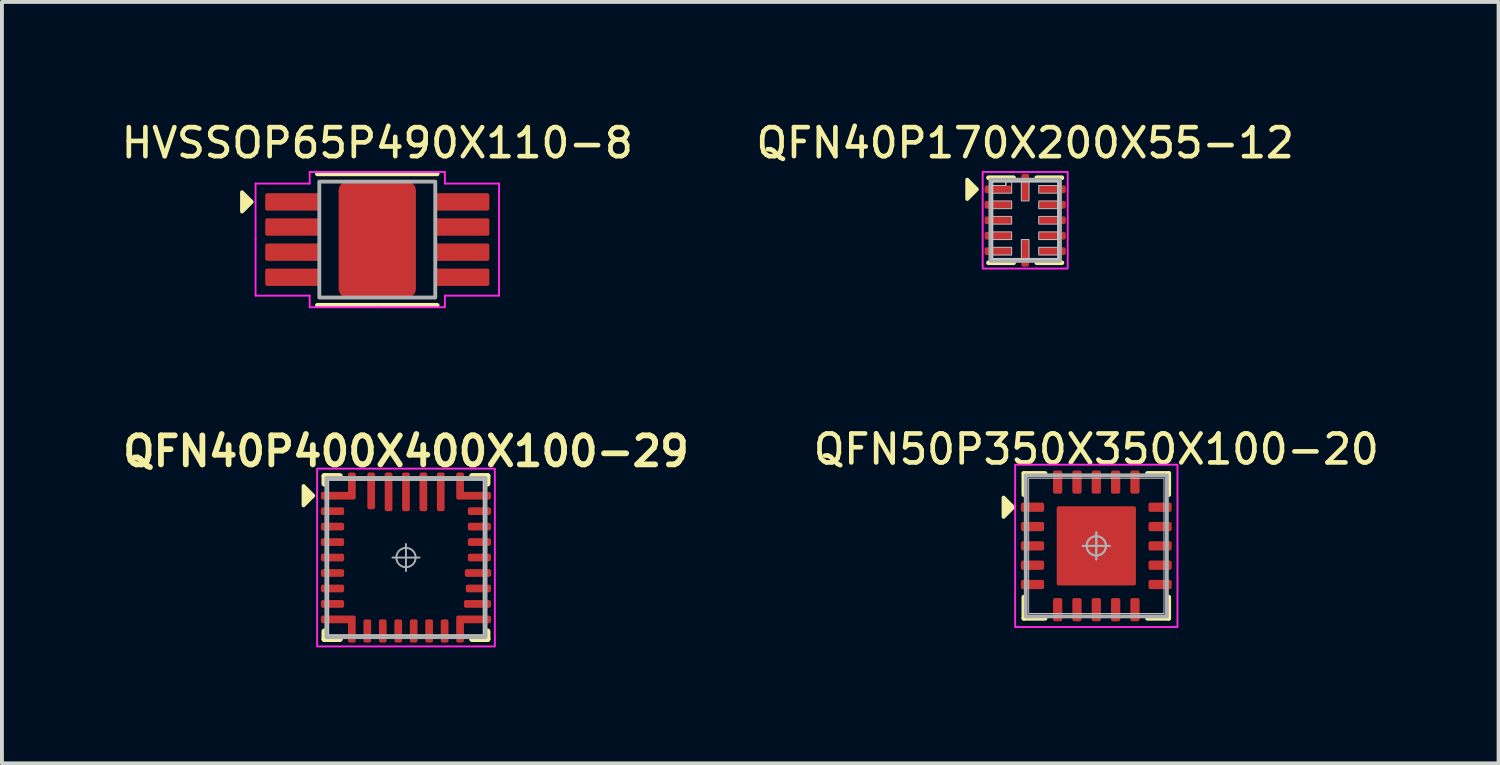
<source format=kicad_pcb>
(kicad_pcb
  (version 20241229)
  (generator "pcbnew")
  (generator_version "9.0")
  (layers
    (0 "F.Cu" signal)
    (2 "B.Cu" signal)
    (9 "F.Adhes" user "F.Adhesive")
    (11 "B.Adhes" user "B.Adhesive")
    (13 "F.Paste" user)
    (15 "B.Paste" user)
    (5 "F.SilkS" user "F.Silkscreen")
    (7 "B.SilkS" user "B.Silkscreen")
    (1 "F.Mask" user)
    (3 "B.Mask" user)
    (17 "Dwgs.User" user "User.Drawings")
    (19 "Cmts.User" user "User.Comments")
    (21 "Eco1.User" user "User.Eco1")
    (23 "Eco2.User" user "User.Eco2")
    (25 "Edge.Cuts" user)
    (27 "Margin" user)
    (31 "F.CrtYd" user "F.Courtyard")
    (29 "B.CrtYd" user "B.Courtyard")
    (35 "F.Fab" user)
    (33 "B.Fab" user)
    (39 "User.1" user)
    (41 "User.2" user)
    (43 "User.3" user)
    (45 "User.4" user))
  (footprint "QFN40P170X200X55-12"
    (layer "F.Cu")
    (at 23.476 2.649)
    (property "Reference" "QFN40P170X200X55-12" (at 0 -2 0) (unlocked yes) (layer "F.SilkS") (effects (font (size 0.75 0.75) (thickness 0.12))))
    (attr smd)
    (fp_line (start -0.3 -1.1) (end -0.95 -1.1) (stroke (width 0.12) (type default)) (layer "F.SilkS"))
    (fp_line (start -0.3 1.1) (end -0.95 1.1) (stroke (width 0.12) (type default)) (layer "F.SilkS"))
    (fp_line (start 0.95 -1.1) (end 0.3 -1.1) (stroke (width 0.12) (type default)) (layer "F.SilkS"))
    (fp_line (start 0.95 1.1) (end 0.3 1.1) (stroke (width 0.12) (type default)) (layer "F.SilkS"))
    (fp_poly (pts (xy -1.25 -0.8) (xy -1.5 -0.55) (xy -1.5 -1.05)) (stroke (width 0.1) (type solid)) (fill yes) (layer "F.SilkS"))
    (fp_line (start -0.5 -0.9) (end -0.5 -1) (stroke (width 0.025) (type default)) (layer "Dwgs.User"))
    (fp_rect (start -0.85 -1) (end 0.85 1) (stroke (width 0.05) (type default)) (fill no) (layer "Dwgs.User"))
    (fp_rect (start -0.85 -0.5) (end -0.35 -0.3) (stroke (width 0.025) (type default)) (fill no) (layer "Dwgs.User"))
    (fp_rect (start -0.85 -0.1) (end -0.35 0.1) (stroke (width 0.025) (type default)) (fill no) (layer "Dwgs.User"))
    (fp_rect (start -0.85 0.3) (end -0.35 0.5) (stroke (width 0.025) (type default)) (fill no) (layer "Dwgs.User"))
    (fp_rect (start -0.85 0.7) (end -0.35 0.9) (stroke (width 0.025) (type default)) (fill no) (layer "Dwgs.User"))
    (fp_rect (start -0.1 -1) (end 0.1 -0.5) (stroke (width 0.025) (type default)) (fill no) (layer "Dwgs.User"))
    (fp_rect (start -0.1 0.5) (end 0.1 1) (stroke (width 0.025) (type default)) (fill no) (layer "Dwgs.User"))
    (fp_rect (start 0.35 -0.9) (end 0.85 -0.7) (stroke (width 0.025) (type default)) (fill no) (layer "Dwgs.User"))
    (fp_rect (start 0.35 -0.5) (end 0.85 -0.3) (stroke (width 0.025) (type default)) (fill no) (layer "Dwgs.User"))
    (fp_rect (start 0.35 -0.1) (end 0.85 0.1) (stroke (width 0.025) (type default)) (fill no) (layer "Dwgs.User"))
    (fp_rect (start 0.35 0.3) (end 0.85 0.5) (stroke (width 0.025) (type default)) (fill no) (layer "Dwgs.User"))
    (fp_rect (start 0.35 0.7) (end 0.85 0.9) (stroke (width 0.025) (type default)) (fill no) (layer "Dwgs.User"))
    (fp_poly (pts (xy -0.85 -0.7) (xy -0.35 -0.7) (xy -0.35 -1) (xy -0.5 -1) (xy -0.5 -0.9) (xy -0.85 -0.9)) (stroke (width 0.025) (type solid)) (fill no) (layer "Dwgs.User"))
    (fp_rect (start -1.1 -1.25) (end 1.1 1.25) (stroke (width 0.05) (type default)) (fill no) (layer "F.CrtYd"))
    (fp_rect (start -0.9 -1.05) (end 0.9 1.05) (stroke (width 0.1) (type default)) (fill no) (layer "F.Fab"))
    (pad "1" smd roundrect (at -0.7 -0.8) (size 0.7 0.2) (layers "F.Cu" "F.Mask" "F.Paste") (roundrect_rratio 0.25))
    (pad "2" smd roundrect (at -0.7 -0.4) (size 0.7 0.2) (layers "F.Cu" "F.Mask" "F.Paste") (roundrect_rratio 0.25))
    (pad "3" smd roundrect (at -0.7 0) (size 0.7 0.2) (layers "F.Cu" "F.Mask" "F.Paste") (roundrect_rratio 0.25))
    (pad "4" smd roundrect (at -0.7 0.4) (size 0.7 0.2) (layers "F.Cu" "F.Mask" "F.Paste") (roundrect_rratio 0.25))
    (pad "5" smd roundrect (at -0.7 0.8) (size 0.7 0.2) (layers "F.Cu" "F.Mask" "F.Paste") (roundrect_rratio 0.25))
    (pad "6" smd roundrect (at 0 0.85 90) (size 0.7 0.2) (layers "F.Cu" "F.Mask" "F.Paste") (roundrect_rratio 0.25))
    (pad "7" smd roundrect (at 0.7 0.8 180) (size 0.7 0.2) (layers "F.Cu" "F.Mask" "F.Paste") (roundrect_rratio 0.25))
    (pad "8" smd roundrect (at 0.7 0.4 180) (size 0.7 0.2) (layers "F.Cu" "F.Mask" "F.Paste") (roundrect_rratio 0.25))
    (pad "9" smd roundrect (at 0.7 0 180) (size 0.7 0.2) (layers "F.Cu" "F.Mask" "F.Paste") (roundrect_rratio 0.25))
    (pad "10" smd roundrect (at 0.7 -0.4 180) (size 0.7 0.2) (layers "F.Cu" "F.Mask" "F.Paste") (roundrect_rratio 0.25))
    (pad "11" smd roundrect (at 0.7 -0.8 180) (size 0.7 0.2) (layers "F.Cu" "F.Mask" "F.Paste") (roundrect_rratio 0.25))
    (pad "12" smd roundrect (at 0 -0.85 270) (size 0.7 0.2) (layers "F.Cu" "F.Mask" "F.Paste") (roundrect_rratio 0.25)))
  (footprint "QFN40P400X400X100-29"
    (layer "F.Cu")
    (at 7.454 11.376)
    (property "Reference" "QFN40P400X400X100-29" (at 0 -2.75 0) (unlocked yes) (layer "F.SilkS") (effects (font (size 0.75 0.75) (thickness 0.15) (bold yes))))
    (attr smd)
    (fp_line (start -2.11 -2.11) (end -2.11 -1.91) (stroke (width 0.15) (type solid)) (layer "F.SilkS"))
    (fp_line (start -2.11 -2.11) (end -1.71 -2.11) (stroke (width 0.15) (type solid)) (layer "F.SilkS"))
    (fp_line (start -2.11 2.11) (end -2.11 1.91) (stroke (width 0.15) (type solid)) (layer "F.SilkS"))
    (fp_line (start -2.11 2.11) (end -1.71 2.11) (stroke (width 0.15) (type solid)) (layer "F.SilkS"))
    (fp_line (start 2.11 -2.11) (end 1.71 -2.11) (stroke (width 0.15) (type solid)) (layer "F.SilkS"))
    (fp_line (start 2.11 -2.11) (end 2.11 -1.91) (stroke (width 0.15) (type solid)) (layer "F.SilkS"))
    (fp_line (start 2.11 2.11) (end 1.71 2.11) (stroke (width 0.15) (type solid)) (layer "F.SilkS"))
    (fp_line (start 2.11 2.11) (end 2.11 1.91) (stroke (width 0.15) (type solid)) (layer "F.SilkS"))
    (fp_poly (pts (xy -2.4 -1.6) (xy -2.65 -1.35) (xy -2.65 -1.85)) (stroke (width 0.1) (type solid)) (fill yes) (layer "F.SilkS"))
    (fp_rect (start -2 -2) (end 2 2) (stroke (width 0.025) (type default)) (fill no) (layer "Dwgs.User"))
    (fp_rect (start -2.3 -2.3) (end 2.3 2.3) (stroke (width 0.05) (type default)) (fill no) (layer "F.CrtYd"))
    (fp_line (start -0.35 0) (end 0.35 0) (stroke (width 0.05) (type solid)) (layer "F.Fab"))
    (fp_line (start 0 -0.35) (end 0 0.35) (stroke (width 0.05) (type solid)) (layer "F.Fab"))
    (fp_rect (start -2.05 -2.05) (end 2.05 2.05) (stroke (width 0.12) (type default)) (fill no) (layer "F.Fab"))
    (fp_circle (center 0 0) (end 0.25 0) (stroke (width 0.05) (type solid)) (fill no) (layer "F.Fab"))
    (pad "1" smd custom (at -1.75 -1.6) (size 0.2 0.2) (layers "F.Cu" "F.Mask" "F.Paste") (options (anchor circle)) (primitives (gr_poly (pts (xy -0.45 0.05) (xy -0.446 0.069) (xy -0.435 0.085) (xy -0.419 0.096) (xy -0.4 0.1) (xy 0.4 0.1) (xy 0.419 0.096) (xy 0.435 0.085) (xy 0.446 0.069) (xy 0.45 0.05) (xy 0.45 -0.05) (xy 0.446 -0.069) (xy 0.435 -0.085) (xy 0.419 -0.096) (xy 0.4 -0.1) (xy -0.4 -0.1) (xy -0.419 -0.096) (xy -0.435 -0.085) (xy -0.446 -0.069) (xy -0.45 -0.05)) (width 0) (fill yes)) (gr_poly (pts (xy 0.3 -0.6) (xy 0.281 -0.596) (xy 0.265 -0.585) (xy 0.254 -0.569) (xy 0.25 -0.55) (xy 0.25 -0.05) (xy 0.254 -0.031) (xy 0.265 -0.015) (xy 0.281 -0.004) (xy 0.3 0) (xy 0.4 0) (xy 0.419 -0.004) (xy 0.435 -0.015) (xy 0.446 -0.031) (xy 0.45 -0.05) (xy 0.45 -0.55) (xy 0.446 -0.569) (xy 0.435 -0.585) (xy 0.419 -0.596) (xy 0.4 -0.6)) (width 0) (fill yes))))
    (pad "2" smd roundrect (at -1.9 -1.2) (size 0.6 0.2) (layers "F.Cu" "F.Mask" "F.Paste") (roundrect_rratio 0.25))
    (pad "3" smd roundrect (at -1.9 -0.8) (size 0.6 0.2) (layers "F.Cu" "F.Mask" "F.Paste") (roundrect_rratio 0.25))
    (pad "4" smd roundrect (at -1.9 -0.4) (size 0.6 0.2) (layers "F.Cu" "F.Mask" "F.Paste") (roundrect_rratio 0.25))
    (pad "5" smd roundrect (at -1.9 0) (size 0.6 0.2) (layers "F.Cu" "F.Mask" "F.Paste") (roundrect_rratio 0.25))
    (pad "6" smd roundrect (at -1.9 0.4) (size 0.6 0.2) (layers "F.Cu" "F.Mask" "F.Paste") (roundrect_rratio 0.25))
    (pad "7" smd roundrect (at -1.9 0.8) (size 0.6 0.2) (layers "F.Cu" "F.Mask" "F.Paste") (roundrect_rratio 0.25))
    (pad "8" smd roundrect (at -1.9 1.2) (size 0.6 0.2) (layers "F.Cu" "F.Mask" "F.Paste") (roundrect_rratio 0.25))
    (pad "9" smd custom (at -1.75 1.6) (size 0.2 0.2) (layers "F.Cu" "F.Mask" "F.Paste") (options (anchor circle)) (primitives (gr_poly (pts (xy -0.45 -0.05) (xy -0.446 -0.069) (xy -0.435 -0.085) (xy -0.419 -0.096) (xy -0.4 -0.1) (xy 0.4 -0.1) (xy 0.419 -0.096) (xy 0.435 -0.085) (xy 0.446 -0.069) (xy 0.45 -0.05) (xy 0.45 0.05) (xy 0.446 0.069) (xy 0.435 0.085) (xy 0.419 0.096) (xy 0.4 0.1) (xy -0.4 0.1) (xy -0.419 0.096) (xy -0.435 0.085) (xy -0.446 0.069) (xy -0.45 0.05)) (width 0) (fill yes)) (gr_poly (pts (xy 0.3 0.6) (xy 0.281 0.596) (xy 0.265 0.585) (xy 0.254 0.569) (xy 0.25 0.55) (xy 0.25 0.05) (xy 0.254 0.031) (xy 0.265 0.015) (xy 0.281 0.004) (xy 0.3 0) (xy 0.4 0) (xy 0.419 0.004) (xy 0.435 0.015) (xy 0.446 0.031) (xy 0.45 0.05) (xy 0.45 0.55) (xy 0.446 0.569) (xy 0.435 0.585) (xy 0.419 0.596) (xy 0.4 0.6)) (width 0) (fill yes))))
    (pad "10" smd roundrect (at -1 1.9 90) (size 0.6 0.2) (layers "F.Cu" "F.Mask" "F.Paste") (roundrect_rratio 0.25))
    (pad "11" smd roundrect (at -0.6 1.9 90) (size 0.6 0.2) (layers "F.Cu" "F.Mask" "F.Paste") (roundrect_rratio 0.25))
    (pad "12" smd roundrect (at -0.2 1.9 90) (size 0.6 0.2) (layers "F.Cu" "F.Mask" "F.Paste") (roundrect_rratio 0.25))
    (pad "13" smd roundrect (at 0.2 1.9 90) (size 0.6 0.2) (layers "F.Cu" "F.Mask" "F.Paste") (roundrect_rratio 0.25))
    (pad "14" smd roundrect (at 0.6 1.9 90) (size 0.6 0.2) (layers "F.Cu" "F.Mask" "F.Paste") (roundrect_rratio 0.25))
    (pad "15" smd roundrect (at 1 1.9 90) (size 0.6 0.2) (layers "F.Cu" "F.Mask" "F.Paste") (roundrect_rratio 0.25))
    (pad "16" smd custom (at 1.75 1.6) (size 0.2 0.2) (layers "F.Cu" "F.Mask" "F.Paste") (options (anchor circle)) (primitives (gr_poly (pts (xy 0.45 -0.05) (xy 0.446 -0.069) (xy 0.435 -0.085) (xy 0.419 -0.096) (xy 0.4 -0.1) (xy -0.4 -0.1) (xy -0.419 -0.096) (xy -0.435 -0.085) (xy -0.446 -0.069) (xy -0.45 -0.05) (xy -0.45 0.05) (xy -0.446 0.069) (xy -0.435 0.085) (xy -0.419 0.096) (xy -0.4 0.1) (xy 0.4 0.1) (xy 0.419 0.096) (xy 0.435 0.085) (xy 0.446 0.069) (xy 0.45 0.05)) (width 0) (fill yes)) (gr_poly (pts (xy -0.3 0.6) (xy -0.281 0.596) (xy -0.265 0.585) (xy -0.254 0.569) (xy -0.25 0.55) (xy -0.25 0.05) (xy -0.254 0.031) (xy -0.265 0.015) (xy -0.281 0.004) (xy -0.3 0) (xy -0.4 0) (xy -0.419 0.004) (xy -0.435 0.015) (xy -0.446 0.031) (xy -0.45 0.05) (xy -0.45 0.55) (xy -0.446 0.569) (xy -0.435 0.585) (xy -0.419 0.596) (xy -0.4 0.6)) (width 0) (fill yes))))
    (pad "17" smd roundrect (at 1.85 1.2 180) (size 0.7 0.2) (layers "F.Cu" "F.Mask" "F.Paste") (roundrect_rratio 0.25))
    (pad "18" smd roundrect (at 1.875 0.8 180) (size 0.65 0.2) (layers "F.Cu" "F.Mask" "F.Paste") (roundrect_rratio 0.25))
    (pad "19" smd roundrect (at 1.863 0.4 180) (size 0.68 0.2) (layers "F.Cu" "F.Mask" "F.Paste") (roundrect_rratio 0.25))
    (pad "20" smd roundrect (at 1.9 0 180) (size 0.6 0.2) (layers "F.Cu" "F.Mask" "F.Paste") (roundrect_rratio 0.25))
    (pad "21" smd roundrect (at 1.9 -0.4 180) (size 0.6 0.2) (layers "F.Cu" "F.Mask" "F.Paste") (roundrect_rratio 0.25))
    (pad "22" smd roundrect (at 1.9 -0.8 180) (size 0.6 0.2) (layers "F.Cu" "F.Mask" "F.Paste") (roundrect_rratio 0.25))
    (pad "23" smd roundrect (at 1.9 -1.2 180) (size 0.6 0.2) (layers "F.Cu" "F.Mask" "F.Paste") (roundrect_rratio 0.25))
    (pad "24" smd custom (at 1.75 -1.6) (size 0.2 0.2) (layers "F.Cu" "F.Mask" "F.Paste") (options (anchor circle)) (primitives (gr_poly (pts (xy 0.45 0.05) (xy 0.446 0.069) (xy 0.435 0.085) (xy 0.419 0.096) (xy 0.4 0.1) (xy -0.4 0.1) (xy -0.419 0.096) (xy -0.435 0.085) (xy -0.446 0.069) (xy -0.45 0.05) (xy -0.45 -0.05) (xy -0.446 -0.069) (xy -0.435 -0.085) (xy -0.419 -0.096) (xy -0.4 -0.1) (xy 0.4 -0.1) (xy 0.419 -0.096) (xy 0.435 -0.085) (xy 0.446 -0.069) (xy 0.45 -0.05)) (width 0) (fill yes)) (gr_poly (pts (xy -0.3 -0.6) (xy -0.281 -0.596) (xy -0.265 -0.585) (xy -0.254 -0.569) (xy -0.25 -0.55) (xy -0.25 -0.05) (xy -0.254 -0.031) (xy -0.265 -0.015) (xy -0.281 -0.004) (xy -0.3 0) (xy -0.4 0) (xy -0.419 -0.004) (xy -0.435 -0.015) (xy -0.446 -0.031) (xy -0.45 -0.05) (xy -0.45 -0.55) (xy -0.446 -0.569) (xy -0.435 -0.585) (xy -0.419 -0.596) (xy -0.4 -0.6)) (width 0) (fill yes))))
    (pad "25" smd roundrect (at 0.9 -1.7 270) (size 1 0.2) (layers "F.Cu" "F.Mask" "F.Paste") (roundrect_rratio 0.25))
    (pad "26" smd roundrect (at 0.45 -1.7 270) (size 1 0.2) (layers "F.Cu" "F.Mask" "F.Paste") (roundrect_rratio 0.25))
    (pad "27" smd roundrect (at 0 -1.7 270) (size 1 0.2) (layers "F.Cu" "F.Mask" "F.Paste") (roundrect_rratio 0.25))
    (pad "28" smd roundrect (at -0.45 -1.7 270) (size 1 0.2) (layers "F.Cu" "F.Mask" "F.Paste") (roundrect_rratio 0.25))
    (pad "29" smd roundrect (at -0.9 -1.725 270) (size 0.95 0.2) (layers "F.Cu" "F.Mask" "F.Paste") (roundrect_rratio 0.25)))
  (footprint "HVSSOP65P490X110-8"
    (layer "F.Cu")
    (at 6.712 3.149)
    (property "Reference" "HVSSOP65P490X110-8" (at 0 -2.5 0) (unlocked yes) (layer "F.SilkS") (effects (font (size 0.75 0.75) (thickness 0.12))))
    (attr smd)
    (fp_line (start -1.55 -1.7) (end 1.55 -1.7) (stroke (width 0.12) (type solid)) (layer "F.SilkS"))
    (fp_line (start -1.55 1.7) (end 1.55 1.7) (stroke (width 0.12) (type solid)) (layer "F.SilkS"))
    (fp_poly (pts (xy -3.25 -0.975) (xy -3.5 -0.725) (xy -3.5 -1.225)) (stroke (width 0.1) (type solid)) (fill yes) (layer "F.SilkS"))
    (fp_rect (start -0.75 -0.91) (end 0.75 0.91) (stroke (width 0.1) (type solid)) (fill yes) (layer "F.Paste"))
    (fp_line (start -3.15 -1.45) (end -1.75 -1.45) (stroke (width 0.05) (type default)) (layer "F.CrtYd"))
    (fp_line (start -3.15 0) (end -3.15 -1.45) (stroke (width 0.05) (type default)) (layer "F.CrtYd"))
    (fp_line (start -3.15 0) (end -3.15 1.45) (stroke (width 0.05) (type default)) (layer "F.CrtYd"))
    (fp_line (start -3.15 1.45) (end -1.75 1.45) (stroke (width 0.05) (type default)) (layer "F.CrtYd"))
    (fp_line (start -1.75 -1.75) (end 0 -1.75) (stroke (width 0.05) (type default)) (layer "F.CrtYd"))
    (fp_line (start -1.75 -1.45) (end -1.75 -1.75) (stroke (width 0.05) (type default)) (layer "F.CrtYd"))
    (fp_line (start -1.75 1.45) (end -1.75 1.75) (stroke (width 0.05) (type default)) (layer "F.CrtYd"))
    (fp_line (start -1.75 1.75) (end 0 1.75) (stroke (width 0.05) (type default)) (layer "F.CrtYd"))
    (fp_line (start 1.75 -1.75) (end 0 -1.75) (stroke (width 0.05) (type default)) (layer "F.CrtYd"))
    (fp_line (start 1.75 -1.45) (end 1.75 -1.75) (stroke (width 0.05) (type default)) (layer "F.CrtYd"))
    (fp_line (start 1.75 1.45) (end 1.75 1.75) (stroke (width 0.05) (type default)) (layer "F.CrtYd"))
    (fp_line (start 1.75 1.75) (end 0 1.75) (stroke (width 0.05) (type default)) (layer "F.CrtYd"))
    (fp_line (start 3.15 -1.45) (end 1.75 -1.45) (stroke (width 0.05) (type default)) (layer "F.CrtYd"))
    (fp_line (start 3.15 0) (end 3.15 -1.45) (stroke (width 0.05) (type default)) (layer "F.CrtYd"))
    (fp_line (start 3.15 0) (end 3.15 1.45) (stroke (width 0.05) (type default)) (layer "F.CrtYd"))
    (fp_line (start 3.15 1.45) (end 1.75 1.45) (stroke (width 0.05) (type default)) (layer "F.CrtYd"))
    (fp_rect (start -1.5 -1.5) (end 1.5 1.5) (stroke (width 0.1) (type solid)) (fill no) (layer "F.Fab"))
    (pad "1" smd roundrect (at -2.2 -0.975) (size 1.4 0.45) (layers "F.Cu" "F.Mask" "F.Paste") (roundrect_rratio 0.111))
    (pad "2" smd roundrect (at -2.2 -0.325) (size 1.4 0.45) (layers "F.Cu" "F.Mask" "F.Paste") (roundrect_rratio 0.111))
    (pad "3" smd roundrect (at -2.2 0.325) (size 1.4 0.45) (layers "F.Cu" "F.Mask" "F.Paste") (roundrect_rratio 0.111))
    (pad "4" smd roundrect (at -2.2 0.975) (size 1.4 0.45) (layers "F.Cu" "F.Mask" "F.Paste") (roundrect_rratio 0.111))
    (pad "5" smd roundrect (at 2.2 0.975) (size 1.4 0.45) (layers "F.Cu" "F.Mask" "F.Paste") (roundrect_rratio 0.111))
    (pad "6" smd roundrect (at 2.2 0.325) (size 1.4 0.45) (layers "F.Cu" "F.Mask" "F.Paste") (roundrect_rratio 0.111))
    (pad "7" smd roundrect (at 2.2 -0.325) (size 1.4 0.45) (layers "F.Cu" "F.Mask" "F.Paste") (roundrect_rratio 0.111))
    (pad "8" smd roundrect (at 2.2 -0.975) (size 1.4 0.45) (layers "F.Cu" "F.Mask" "F.Paste") (roundrect_rratio 0.111))
    (pad "9" smd roundrect (at 0 0) (size 2 3) (layers "F.Cu" "F.Mask") (roundrect_rratio 0.111)))
  (footprint "QFN50P350X350X100-20"
    (layer "F.Cu")
    (at 25.316 11.074)
    (property "Reference" "QFN50P350X350X100-20" (at 0 -2.5 0) (unlocked yes) (layer "F.SilkS") (effects (font (size 0.75 0.75) (thickness 0.12))))
    (attr smd)
    (fp_line (start -1.875 -1.875) (end -1.325 -1.875) (stroke (width 0.12) (type solid)) (layer "F.SilkS"))
    (fp_line (start -1.875 -1.325) (end -1.875 -1.875) (stroke (width 0.12) (type solid)) (layer "F.SilkS"))
    (fp_line (start -1.875 1.875) (end -1.875 1.325) (stroke (width 0.12) (type solid)) (layer "F.SilkS"))
    (fp_line (start -1.325 1.875) (end -1.875 1.875) (stroke (width 0.12) (type solid)) (layer "F.SilkS"))
    (fp_line (start 1.325 -1.875) (end 1.875 -1.875) (stroke (width 0.12) (type solid)) (layer "F.SilkS"))
    (fp_line (start 1.875 -1.875) (end 1.875 -1.325) (stroke (width 0.12) (type solid)) (layer "F.SilkS"))
    (fp_line (start 1.875 1.325) (end 1.875 1.875) (stroke (width 0.12) (type solid)) (layer "F.SilkS"))
    (fp_line (start 1.875 1.875) (end 1.325 1.875) (stroke (width 0.12) (type solid)) (layer "F.SilkS"))
    (fp_poly (pts (xy -2.15 -1) (xy -2.4 -0.75) (xy -2.4 -1.25)) (stroke (width 0.1) (type solid)) (fill yes) (layer "F.SilkS"))
    (fp_rect (start -0.975 -0.975) (end -0.155 -0.155) (stroke (width 0.1) (type solid)) (fill yes) (layer "F.Paste"))
    (fp_rect (start -0.975 0.155) (end -0.155 0.975) (stroke (width 0.1) (type solid)) (fill yes) (layer "F.Paste"))
    (fp_rect (start 0.155 -0.975) (end 0.975 -0.155) (stroke (width 0.1) (type solid)) (fill yes) (layer "F.Paste"))
    (fp_rect (start 0.155 0.155) (end 0.975 0.975) (stroke (width 0.1) (type solid)) (fill yes) (layer "F.Paste"))
    (fp_rect (start -1.75 -1.75) (end 1.75 1.75) (stroke (width 0.025) (type default)) (fill no) (layer "Dwgs.User"))
    (fp_rect (start -2.1 -2.1) (end 2.1 2.1) (stroke (width 0.05) (type default)) (fill no) (layer "F.CrtYd"))
    (fp_line (start -0.35 0) (end 0.35 0) (stroke (width 0.05) (type solid)) (layer "F.Fab"))
    (fp_line (start 0 -0.35) (end 0 0.35) (stroke (width 0.05) (type solid)) (layer "F.Fab"))
    (fp_line (start 0 -0.35) (end 0 0.35) (stroke (width 0.05) (type solid)) (layer "F.Fab"))
    (fp_line (start 0.35 0) (end -0.35 0) (stroke (width 0.05) (type solid)) (layer "F.Fab"))
    (fp_rect (start -1.825 -1.825) (end 1.825 1.825) (stroke (width 0.1) (type default)) (fill no) (layer "F.Fab"))
    (fp_circle (center 0 0) (end 0 0.25) (stroke (width 0.05) (type solid)) (fill no) (layer "F.Fab"))
    (fp_circle (center 0 0) (end 0.25 0) (stroke (width 0.05) (type solid)) (fill no) (layer "F.Fab"))
    (pad "1" smd roundrect (at -1.65 -1 180) (size 0.6 0.24) (layers "F.Cu" "F.Mask" "F.Paste") (roundrect_rratio 0.208))
    (pad "2" smd roundrect (at -1.65 -0.5 180) (size 0.6 0.24) (layers "F.Cu" "F.Mask" "F.Paste") (roundrect_rratio 0.208))
    (pad "3" smd roundrect (at -1.65 0 180) (size 0.6 0.24) (layers "F.Cu" "F.Mask" "F.Paste") (roundrect_rratio 0.208))
    (pad "4" smd roundrect (at -1.65 0.5 180) (size 0.6 0.24) (layers "F.Cu" "F.Mask" "F.Paste") (roundrect_rratio 0.208))
    (pad "5" smd roundrect (at -1.65 1 180) (size 0.6 0.24) (layers "F.Cu" "F.Mask" "F.Paste") (roundrect_rratio 0.208))
    (pad "6" smd roundrect (at -1 1.65 90) (size 0.6 0.24) (layers "F.Cu" "F.Mask" "F.Paste") (roundrect_rratio 0.208))
    (pad "7" smd roundrect (at -0.5 1.65 90) (size 0.6 0.24) (layers "F.Cu" "F.Mask" "F.Paste") (roundrect_rratio 0.208))
    (pad "8" smd roundrect (at 0 1.65 90) (size 0.6 0.24) (layers "F.Cu" "F.Mask" "F.Paste") (roundrect_rratio 0.208))
    (pad "9" smd roundrect (at 0.5 1.65 90) (size 0.6 0.24) (layers "F.Cu" "F.Mask" "F.Paste") (roundrect_rratio 0.208))
    (pad "10" smd roundrect (at 1 1.65 90) (size 0.6 0.24) (layers "F.Cu" "F.Mask" "F.Paste") (roundrect_rratio 0.208))
    (pad "11" smd roundrect (at 1.65 1 180) (size 0.6 0.24) (layers "F.Cu" "F.Mask" "F.Paste") (roundrect_rratio 0.208))
    (pad "12" smd roundrect (at 1.65 0.5 180) (size 0.6 0.24) (layers "F.Cu" "F.Mask" "F.Paste") (roundrect_rratio 0.208))
    (pad "13" smd roundrect (at 1.65 0 180) (size 0.6 0.24) (layers "F.Cu" "F.Mask" "F.Paste") (roundrect_rratio 0.208))
    (pad "14" smd roundrect (at 1.65 -0.5 180) (size 0.6 0.24) (layers "F.Cu" "F.Mask" "F.Paste") (roundrect_rratio 0.208))
    (pad "15" smd roundrect (at 1.65 -1 180) (size 0.6 0.24) (layers "F.Cu" "F.Mask" "F.Paste") (roundrect_rratio 0.208))
    (pad "16" smd roundrect (at 1 -1.65 90) (size 0.6 0.24) (layers "F.Cu" "F.Mask" "F.Paste") (roundrect_rratio 0.208))
    (pad "17" smd roundrect (at 0.5 -1.65 90) (size 0.6 0.24) (layers "F.Cu" "F.Mask" "F.Paste") (roundrect_rratio 0.208))
    (pad "18" smd roundrect (at 0 -1.65 90) (size 0.6 0.24) (layers "F.Cu" "F.Mask" "F.Paste") (roundrect_rratio 0.208))
    (pad "19" smd roundrect (at -0.5 -1.65 90) (size 0.6 0.24) (layers "F.Cu" "F.Mask" "F.Paste") (roundrect_rratio 0.208))
    (pad "20" smd roundrect (at -1 -1.65 90) (size 0.6 0.24) (layers "F.Cu" "F.Mask" "F.Paste") (roundrect_rratio 0.208))
    (pad "21" smd roundrect (at 0 0) (size 2.05 2.05) (layers "F.Cu" "F.Mask") (roundrect_rratio 0.024)))
  (gr_rect
    (start -3 -3)
    (end 35.724 16.701)
    (stroke (width 0.1) (type default))
    (fill no)
    (layer "Edge.Cuts")))
</source>
